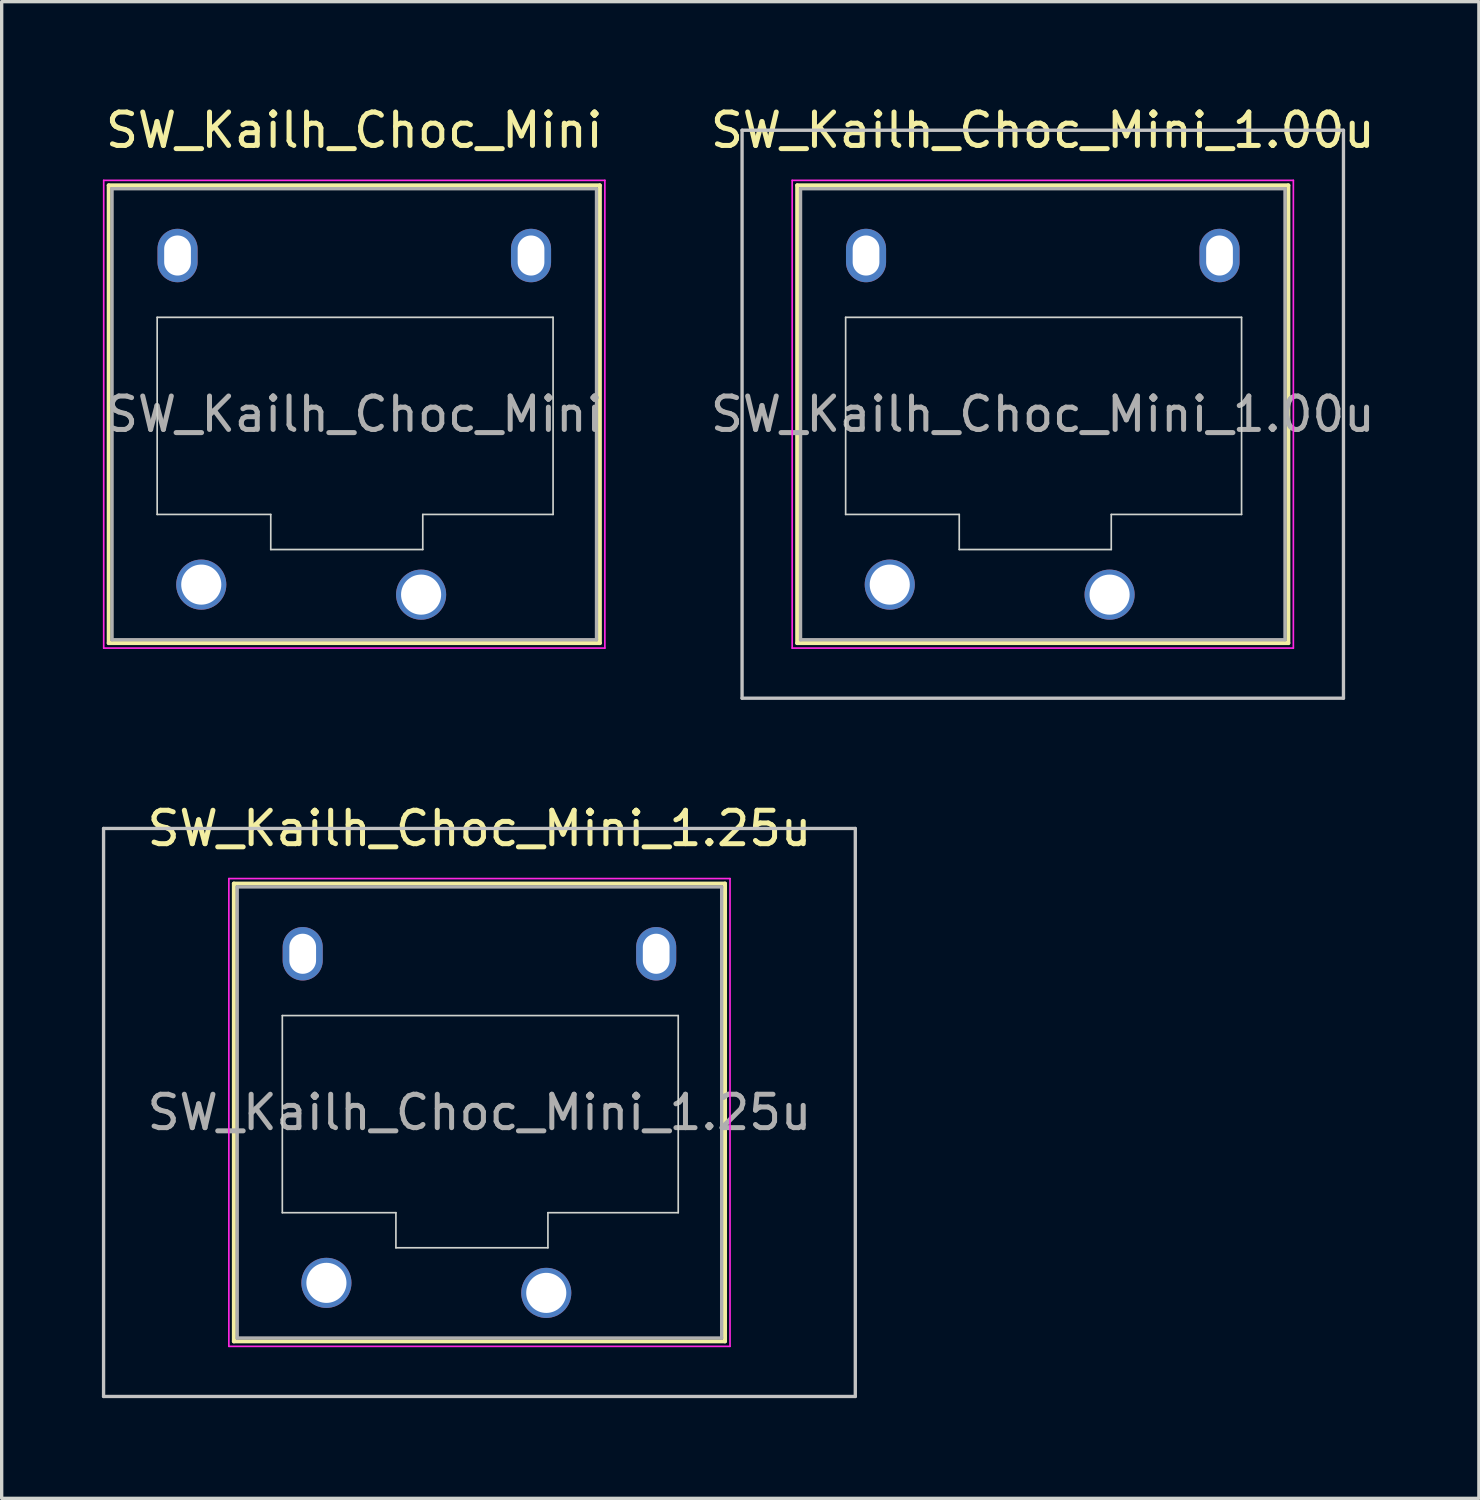
<source format=kicad_pcb>
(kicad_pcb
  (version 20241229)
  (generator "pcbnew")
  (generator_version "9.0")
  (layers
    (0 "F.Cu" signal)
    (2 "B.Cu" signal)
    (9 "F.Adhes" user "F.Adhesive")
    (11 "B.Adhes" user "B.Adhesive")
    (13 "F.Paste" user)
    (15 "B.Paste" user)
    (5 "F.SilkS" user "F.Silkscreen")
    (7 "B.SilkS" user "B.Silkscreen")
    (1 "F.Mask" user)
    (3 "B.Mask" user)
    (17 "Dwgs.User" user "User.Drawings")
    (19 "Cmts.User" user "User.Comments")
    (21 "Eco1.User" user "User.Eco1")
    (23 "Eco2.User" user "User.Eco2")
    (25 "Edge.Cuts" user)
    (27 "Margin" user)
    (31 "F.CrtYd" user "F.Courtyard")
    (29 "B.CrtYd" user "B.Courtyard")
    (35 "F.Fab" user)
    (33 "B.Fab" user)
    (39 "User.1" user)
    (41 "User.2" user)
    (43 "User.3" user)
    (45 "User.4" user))
  (footprint "SW_Kailh_Choc_Mini_1.25u"
    (layer "F.Cu")
    (at 11.3 30.247)
    (property "Reference" "SW_Kailh_Choc_Mini_1.25u" (at 0 -8.5 0) (layer "F.SilkS") (effects (font (size 1 1) (thickness 0.15))))
    (attr through_hole)
    (fp_line (start -7.35 -6.85) (end -7.35 6.85) (stroke (width 0.12) (type solid)) (layer "F.SilkS"))
    (fp_line (start -7.35 6.85) (end 7.35 6.85) (stroke (width 0.12) (type solid)) (layer "F.SilkS"))
    (fp_line (start 7.35 -6.85) (end -7.35 -6.85) (stroke (width 0.12) (type solid)) (layer "F.SilkS"))
    (fp_line (start 7.35 6.85) (end 7.35 -6.85) (stroke (width 0.12) (type solid)) (layer "F.SilkS"))
    (fp_line (start -11.25 -8.5) (end -11.25 8.5) (stroke (width 0.1) (type solid)) (layer "Dwgs.User"))
    (fp_line (start -11.25 8.5) (end 11.25 8.5) (stroke (width 0.1) (type solid)) (layer "Dwgs.User"))
    (fp_line (start 11.25 -8.5) (end -11.25 -8.5) (stroke (width 0.1) (type solid)) (layer "Dwgs.User"))
    (fp_line (start 11.25 8.5) (end 11.25 -8.5) (stroke (width 0.1) (type solid)) (layer "Dwgs.User"))
    (fp_line (start -6.85 -6.35) (end -6.85 6.35) (stroke (width 0.1) (type solid)) (layer "Eco1.User"))
    (fp_line (start -6.85 6.35) (end 6.85 6.35) (stroke (width 0.1) (type solid)) (layer "Eco1.User"))
    (fp_line (start 6.85 -6.35) (end -6.85 -6.35) (stroke (width 0.1) (type solid)) (layer "Eco1.User"))
    (fp_line (start 6.85 6.35) (end 6.85 -6.35) (stroke (width 0.1) (type solid)) (layer "Eco1.User"))
    (fp_line (start -5.9 -2.9) (end -5.9 3) (stroke (width 0.05) (type solid)) (layer "Edge.Cuts"))
    (fp_line (start -5.9 3) (end -2.5 3) (stroke (width 0.05) (type solid)) (layer "Edge.Cuts"))
    (fp_line (start -2.5 3) (end -2.5 4.05) (stroke (width 0.05) (type solid)) (layer "Edge.Cuts"))
    (fp_line (start -2.5 4.05) (end 2.05 4.05) (stroke (width 0.05) (type solid)) (layer "Edge.Cuts"))
    (fp_line (start 2.05 3) (end 5.95 3) (stroke (width 0.05) (type solid)) (layer "Edge.Cuts"))
    (fp_line (start 2.05 4.05) (end 2.05 3) (stroke (width 0.05) (type solid)) (layer "Edge.Cuts"))
    (fp_line (start 5.95 -2.9) (end -5.9 -2.9) (stroke (width 0.05) (type solid)) (layer "Edge.Cuts"))
    (fp_line (start 5.95 3) (end 5.95 -2.9) (stroke (width 0.05) (type solid)) (layer "Edge.Cuts"))
    (fp_line (start -7.5 -7) (end -7.5 7) (stroke (width 0.05) (type solid)) (layer "F.CrtYd"))
    (fp_line (start -7.5 7) (end 7.5 7) (stroke (width 0.05) (type solid)) (layer "F.CrtYd"))
    (fp_line (start 7.5 -7) (end -7.5 -7) (stroke (width 0.05) (type solid)) (layer "F.CrtYd"))
    (fp_line (start 7.5 7) (end 7.5 -7) (stroke (width 0.05) (type solid)) (layer "F.CrtYd"))
    (fp_line (start -7.25 -6.75) (end -7.25 6.75) (stroke (width 0.1) (type solid)) (layer "F.Fab"))
    (fp_line (start -7.25 6.75) (end 7.25 6.75) (stroke (width 0.1) (type solid)) (layer "F.Fab"))
    (fp_line (start 7.25 -6.75) (end -7.25 -6.75) (stroke (width 0.1) (type solid)) (layer "F.Fab"))
    (fp_line (start 7.25 6.75) (end 7.25 -6.75) (stroke (width 0.1) (type solid)) (layer "F.Fab"))
    (fp_text user "${REFERENCE}" (at 0 0 0) (layer "F.Fab") (effects (font (size 1 1) (thickness 0.15))))
    (pad "" np_thru_hole oval (at -5.29 -4.75) (size 1.2 1.6) (drill oval 0.8 1.2) (layers "*.Cu" "*.Mask"))
    (pad "" np_thru_hole oval (at 5.29 -4.75) (size 1.2 1.6) (drill oval 0.8 1.2) (layers "*.Cu" "*.Mask"))
    (pad "1" thru_hole circle (at 2 5.4) (size 1.5 1.5) (drill 1.2) (layers "*.Cu" "*.Mask"))
    (pad "2" thru_hole circle (at -4.58 5.1) (size 1.5 1.5) (drill 1.2) (layers "*.Cu" "*.Mask")))
  (footprint "SW_Kailh_Choc_Mini_1.00u"
    (layer "F.Cu")
    (at 28.161 9.348)
    (property "Reference" "SW_Kailh_Choc_Mini_1.00u" (at 0 -8.5 0) (layer "F.SilkS") (effects (font (size 1 1) (thickness 0.15))))
    (attr through_hole)
    (fp_line (start -7.35 -6.85) (end -7.35 6.85) (stroke (width 0.12) (type solid)) (layer "F.SilkS"))
    (fp_line (start -7.35 6.85) (end 7.35 6.85) (stroke (width 0.12) (type solid)) (layer "F.SilkS"))
    (fp_line (start 7.35 -6.85) (end -7.35 -6.85) (stroke (width 0.12) (type solid)) (layer "F.SilkS"))
    (fp_line (start 7.35 6.85) (end 7.35 -6.85) (stroke (width 0.12) (type solid)) (layer "F.SilkS"))
    (fp_line (start -9 -8.5) (end -9 8.5) (stroke (width 0.1) (type solid)) (layer "Dwgs.User"))
    (fp_line (start -9 8.5) (end 9 8.5) (stroke (width 0.1) (type solid)) (layer "Dwgs.User"))
    (fp_line (start 9 -8.5) (end -9 -8.5) (stroke (width 0.1) (type solid)) (layer "Dwgs.User"))
    (fp_line (start 9 8.5) (end 9 -8.5) (stroke (width 0.1) (type solid)) (layer "Dwgs.User"))
    (fp_line (start -6.85 -6.35) (end -6.85 6.35) (stroke (width 0.1) (type solid)) (layer "Eco1.User"))
    (fp_line (start -6.85 6.35) (end 6.85 6.35) (stroke (width 0.1) (type solid)) (layer "Eco1.User"))
    (fp_line (start 6.85 -6.35) (end -6.85 -6.35) (stroke (width 0.1) (type solid)) (layer "Eco1.User"))
    (fp_line (start 6.85 6.35) (end 6.85 -6.35) (stroke (width 0.1) (type solid)) (layer "Eco1.User"))
    (fp_line (start -5.9 -2.9) (end -5.9 3) (stroke (width 0.05) (type solid)) (layer "Edge.Cuts"))
    (fp_line (start -5.9 3) (end -2.5 3) (stroke (width 0.05) (type solid)) (layer "Edge.Cuts"))
    (fp_line (start -2.5 3) (end -2.5 4.05) (stroke (width 0.05) (type solid)) (layer "Edge.Cuts"))
    (fp_line (start -2.5 4.05) (end 2.05 4.05) (stroke (width 0.05) (type solid)) (layer "Edge.Cuts"))
    (fp_line (start 2.05 3) (end 5.95 3) (stroke (width 0.05) (type solid)) (layer "Edge.Cuts"))
    (fp_line (start 2.05 4.05) (end 2.05 3) (stroke (width 0.05) (type solid)) (layer "Edge.Cuts"))
    (fp_line (start 5.95 -2.9) (end -5.9 -2.9) (stroke (width 0.05) (type solid)) (layer "Edge.Cuts"))
    (fp_line (start 5.95 3) (end 5.95 -2.9) (stroke (width 0.05) (type solid)) (layer "Edge.Cuts"))
    (fp_line (start -7.5 -7) (end -7.5 7) (stroke (width 0.05) (type solid)) (layer "F.CrtYd"))
    (fp_line (start -7.5 7) (end 7.5 7) (stroke (width 0.05) (type solid)) (layer "F.CrtYd"))
    (fp_line (start 7.5 -7) (end -7.5 -7) (stroke (width 0.05) (type solid)) (layer "F.CrtYd"))
    (fp_line (start 7.5 7) (end 7.5 -7) (stroke (width 0.05) (type solid)) (layer "F.CrtYd"))
    (fp_line (start -7.25 -6.75) (end -7.25 6.75) (stroke (width 0.1) (type solid)) (layer "F.Fab"))
    (fp_line (start -7.25 6.75) (end 7.25 6.75) (stroke (width 0.1) (type solid)) (layer "F.Fab"))
    (fp_line (start 7.25 -6.75) (end -7.25 -6.75) (stroke (width 0.1) (type solid)) (layer "F.Fab"))
    (fp_line (start 7.25 6.75) (end 7.25 -6.75) (stroke (width 0.1) (type solid)) (layer "F.Fab"))
    (fp_text user "${REFERENCE}" (at 0 0 0) (layer "F.Fab") (effects (font (size 1 1) (thickness 0.15))))
    (pad "" np_thru_hole oval (at -5.29 -4.75) (size 1.2 1.6) (drill oval 0.8 1.2) (layers "*.Cu" "*.Mask"))
    (pad "" np_thru_hole oval (at 5.29 -4.75) (size 1.2 1.6) (drill oval 0.8 1.2) (layers "*.Cu" "*.Mask"))
    (pad "1" thru_hole circle (at 2 5.4) (size 1.5 1.5) (drill 1.2) (layers "*.Cu" "*.Mask"))
    (pad "2" thru_hole circle (at -4.58 5.1) (size 1.5 1.5) (drill 1.2) (layers "*.Cu" "*.Mask")))
  (footprint "SW_Kailh_Choc_Mini"
    (layer "F.Cu")
    (at 7.554 9.348)
    (property "Reference" "SW_Kailh_Choc_Mini" (at 0 -8.5 0) (layer "F.SilkS") (effects (font (size 1 1) (thickness 0.15))))
    (attr through_hole)
    (fp_line (start -7.35 -6.85) (end -7.35 6.85) (stroke (width 0.12) (type solid)) (layer "F.SilkS"))
    (fp_line (start -7.35 6.85) (end 7.35 6.85) (stroke (width 0.12) (type solid)) (layer "F.SilkS"))
    (fp_line (start 7.35 -6.85) (end -7.35 -6.85) (stroke (width 0.12) (type solid)) (layer "F.SilkS"))
    (fp_line (start 7.35 6.85) (end 7.35 -6.85) (stroke (width 0.12) (type solid)) (layer "F.SilkS"))
    (fp_line (start -6.85 -6.35) (end -6.85 6.35) (stroke (width 0.1) (type solid)) (layer "Eco1.User"))
    (fp_line (start -6.85 6.35) (end 6.85 6.35) (stroke (width 0.1) (type solid)) (layer "Eco1.User"))
    (fp_line (start 6.85 -6.35) (end -6.85 -6.35) (stroke (width 0.1) (type solid)) (layer "Eco1.User"))
    (fp_line (start 6.85 6.35) (end 6.85 -6.35) (stroke (width 0.1) (type solid)) (layer "Eco1.User"))
    (fp_line (start -5.9 -2.9) (end -5.9 3) (stroke (width 0.05) (type solid)) (layer "Edge.Cuts"))
    (fp_line (start -5.9 3) (end -2.5 3) (stroke (width 0.05) (type solid)) (layer "Edge.Cuts"))
    (fp_line (start -2.5 3) (end -2.5 4.05) (stroke (width 0.05) (type solid)) (layer "Edge.Cuts"))
    (fp_line (start -2.5 4.05) (end 2.05 4.05) (stroke (width 0.05) (type solid)) (layer "Edge.Cuts"))
    (fp_line (start 2.05 3) (end 5.95 3) (stroke (width 0.05) (type solid)) (layer "Edge.Cuts"))
    (fp_line (start 2.05 4.05) (end 2.05 3) (stroke (width 0.05) (type solid)) (layer "Edge.Cuts"))
    (fp_line (start 5.95 -2.9) (end -5.9 -2.9) (stroke (width 0.05) (type solid)) (layer "Edge.Cuts"))
    (fp_line (start 5.95 3) (end 5.95 -2.9) (stroke (width 0.05) (type solid)) (layer "Edge.Cuts"))
    (fp_line (start -7.5 -7) (end -7.5 7) (stroke (width 0.05) (type solid)) (layer "F.CrtYd"))
    (fp_line (start -7.5 7) (end 7.5 7) (stroke (width 0.05) (type solid)) (layer "F.CrtYd"))
    (fp_line (start 7.5 -7) (end -7.5 -7) (stroke (width 0.05) (type solid)) (layer "F.CrtYd"))
    (fp_line (start 7.5 7) (end 7.5 -7) (stroke (width 0.05) (type solid)) (layer "F.CrtYd"))
    (fp_line (start -7.25 -6.75) (end -7.25 6.75) (stroke (width 0.1) (type solid)) (layer "F.Fab"))
    (fp_line (start -7.25 6.75) (end 7.25 6.75) (stroke (width 0.1) (type solid)) (layer "F.Fab"))
    (fp_line (start 7.25 -6.75) (end -7.25 -6.75) (stroke (width 0.1) (type solid)) (layer "F.Fab"))
    (fp_line (start 7.25 6.75) (end 7.25 -6.75) (stroke (width 0.1) (type solid)) (layer "F.Fab"))
    (fp_text user "${REFERENCE}" (at 0 0 0) (layer "F.Fab") (effects (font (size 1 1) (thickness 0.15))))
    (pad "" np_thru_hole oval (at -5.29 -4.75) (size 1.2 1.6) (drill oval 0.8 1.2) (layers "*.Cu" "*.Mask"))
    (pad "" np_thru_hole oval (at 5.29 -4.75) (size 1.2 1.6) (drill oval 0.8 1.2) (layers "*.Cu" "*.Mask"))
    (pad "1" thru_hole circle (at 2 5.4) (size 1.5 1.5) (drill 1.2) (layers "*.Cu" "*.Mask"))
    (pad "2" thru_hole circle (at -4.58 5.1) (size 1.5 1.5) (drill 1.2) (layers "*.Cu" "*.Mask")))
  (gr_rect
    (start -3 -3)
    (end 41.214 41.797)
    (stroke (width 0.1) (type default))
    (fill no)
    (layer "Edge.Cuts")))
</source>
